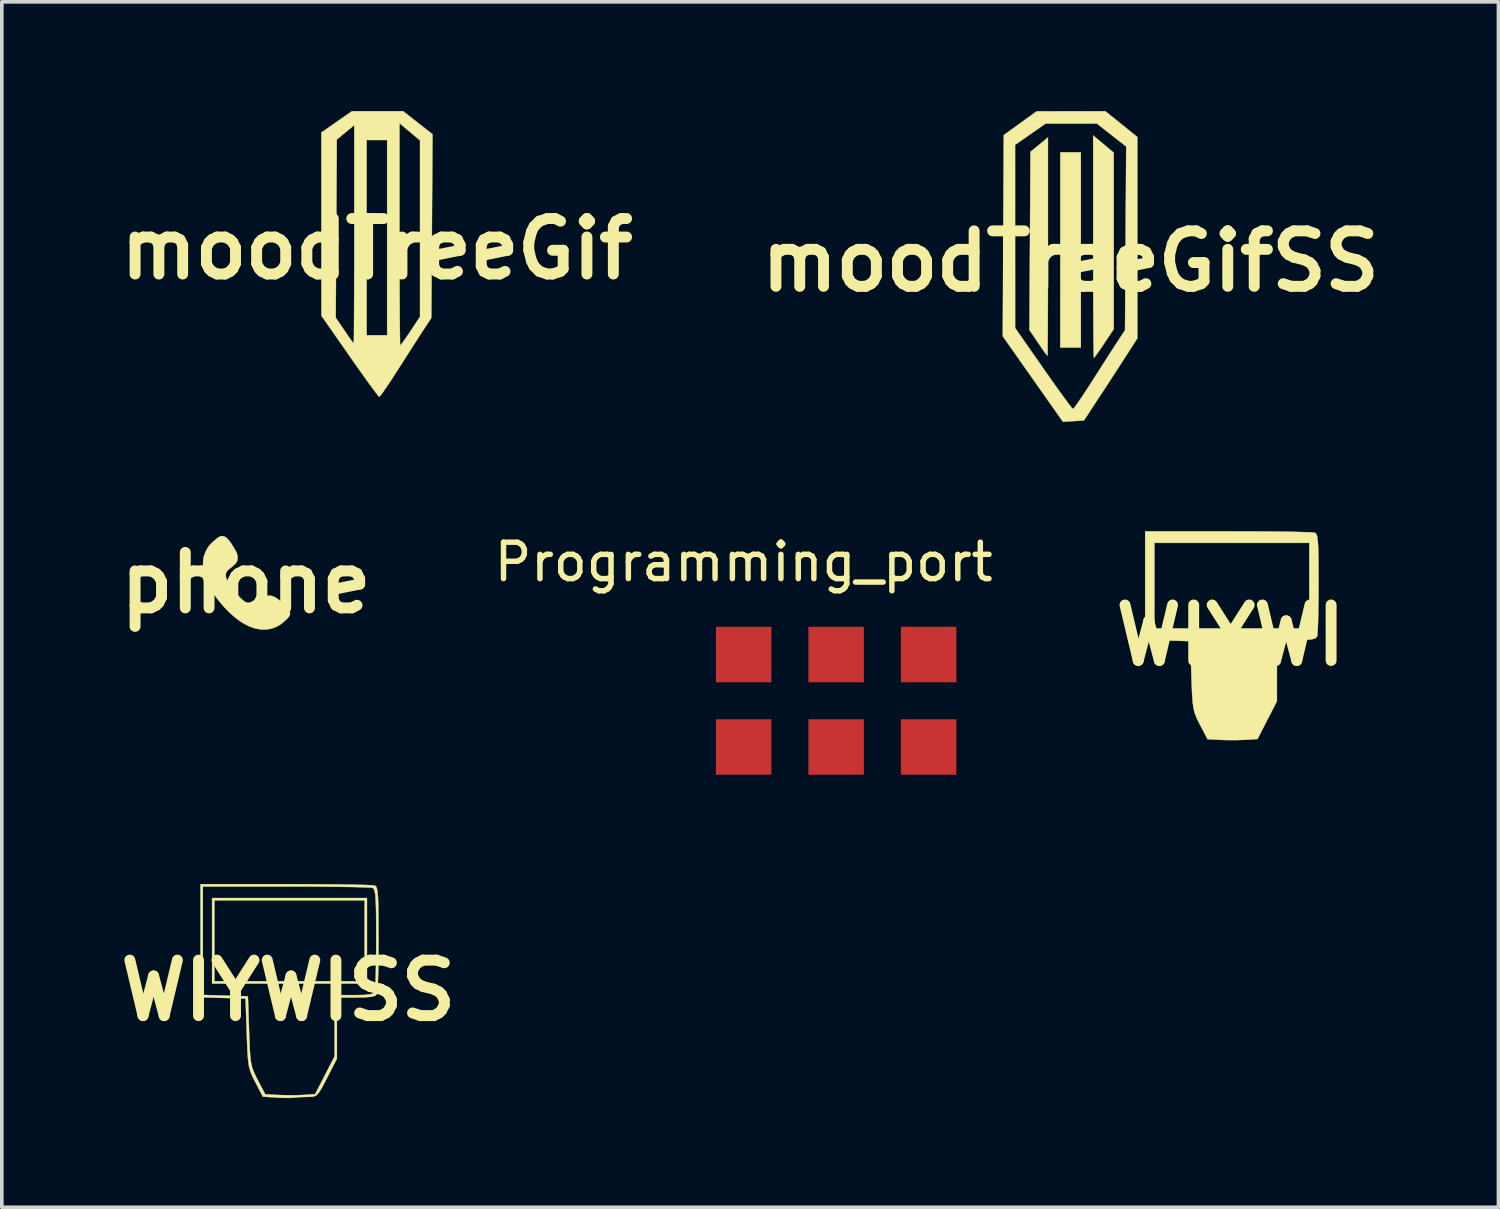
<source format=kicad_pcb>
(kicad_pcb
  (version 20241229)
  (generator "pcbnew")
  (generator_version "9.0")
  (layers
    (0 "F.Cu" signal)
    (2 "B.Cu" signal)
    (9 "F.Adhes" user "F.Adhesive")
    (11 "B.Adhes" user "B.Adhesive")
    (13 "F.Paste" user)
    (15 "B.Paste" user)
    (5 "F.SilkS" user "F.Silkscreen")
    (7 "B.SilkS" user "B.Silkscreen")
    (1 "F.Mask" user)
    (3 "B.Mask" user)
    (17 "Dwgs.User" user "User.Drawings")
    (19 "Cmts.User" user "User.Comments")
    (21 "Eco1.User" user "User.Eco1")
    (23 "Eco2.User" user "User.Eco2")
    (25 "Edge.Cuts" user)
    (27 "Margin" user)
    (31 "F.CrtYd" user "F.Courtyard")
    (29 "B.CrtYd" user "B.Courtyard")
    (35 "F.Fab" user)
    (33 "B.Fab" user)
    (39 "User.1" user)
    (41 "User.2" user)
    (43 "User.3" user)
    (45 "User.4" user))
  (footprint "Programming_port"
    (layer "F.Cu")
    (at 17.375 14.927)
    (property "Reference" "Programming_port" (at 0 -2.54 0) (layer "F.SilkS") (effects (font (size 1 1) (thickness 0.15))))
    (attr through_hole)
    (pad "1" smd trapezoid (at 0 0) (size 1.524 1.524) (layers "F.Cu" "F.Mask" "F.Paste"))
    (pad "2" smd trapezoid (at 0 2.54) (size 1.524 1.524) (layers "F.Cu" "F.Mask" "F.Paste"))
    (pad "3" smd trapezoid (at 2.54 0) (size 1.524 1.524) (layers "F.Cu" "F.Mask" "F.Paste"))
    (pad "4" smd trapezoid (at 2.54 2.54) (size 1.524 1.524) (layers "F.Cu" "F.Mask" "F.Paste"))
    (pad "5" smd trapezoid (at 5.08 0) (size 1.524 1.524) (layers "F.Cu" "F.Mask" "F.Paste"))
    (pad "6" smd trapezoid (at 5.08 2.54) (size 1.524 1.524) (layers "F.Cu" "F.Mask" "F.Paste")))
  (footprint "moodTreeGifSS"
    (layer "F.Cu")
    (at 26.354 4.125)
    (property "Reference" "moodTreeGifSS" (at 0 0 0) (layer "F.SilkS") (effects (font (size 1.524 1.524) (thickness 0.3))))
    (attr through_hole)
    (fp_poly (pts (xy 0.282 2.371) (xy -0.282 2.371) (xy -0.282 -2.992) (xy 0.282 -2.992) (xy 0.282 2.371)) (stroke (width 0.01) (type solid)) (fill yes) (layer "F.SilkS"))
    (fp_poly (pts (xy 1.185 -2.981) (xy 1.185 -0.559) (xy 1.185 1.864) (xy 0.923 2.258) (xy 0.801 2.438) (xy 0.704 2.575) (xy 0.648 2.647) (xy 0.641 2.653) (xy 0.637 2.598) (xy 0.634 2.441) (xy 0.63 2.191) (xy 0.627 1.859) (xy 0.625 1.456) (xy 0.623 0.991) (xy 0.622 0.474) (xy 0.621 -0.083) (xy 0.621 -0.4) (xy 0.621 -3.454) (xy 1.185 -2.981)) (stroke (width 0.01) (type solid)) (fill yes) (layer "F.SilkS"))
    (fp_poly (pts (xy -0.621 -0.402) (xy -0.621 0.168) (xy -0.622 0.702) (xy -0.623 1.191) (xy -0.625 1.623) (xy -0.627 1.989) (xy -0.629 2.278) (xy -0.631 2.48) (xy -0.634 2.584) (xy -0.635 2.596) (xy -0.672 2.553) (xy -0.754 2.439) (xy -0.866 2.277) (xy -0.89 2.242) (xy -1.13 1.888) (xy -1.115 -0.558) (xy -1.101 -3.005) (xy -0.861 -3.203) (xy -0.621 -3.401) (xy -0.621 -0.402)) (stroke (width 0.01) (type solid)) (fill yes) (layer "F.SilkS"))
    (fp_poly (pts (xy 1.395 -3.766) (xy 1.834 -3.412) (xy 1.834 2.117) (xy 1.552 2.556) (xy 1.412 2.773) (xy 1.232 3.051) (xy 1.034 3.355) (xy 0.84 3.652) (xy 0.818 3.684) (xy 0.367 4.374) (xy -0.21 4.408) (xy -1.036 3.234) (xy -1.862 2.06) (xy -1.836 -3.197) (xy -1.524 -3.197) (xy -1.523 1.834) (xy -0.747 2.946) (xy -0.529 3.257) (xy -0.332 3.534) (xy -0.164 3.765) (xy -0.036 3.938) (xy 0.044 4.039) (xy 0.066 4.061) (xy 0.107 4.017) (xy 0.197 3.893) (xy 0.325 3.705) (xy 0.481 3.468) (xy 0.596 3.288) (xy 0.782 2.997) (xy 0.964 2.713) (xy 1.125 2.461) (xy 1.251 2.267) (xy 1.293 2.203) (xy 1.496 1.893) (xy 1.512 -0.629) (xy 1.528 -3.151) (xy 1.125 -3.466) (xy 0.722 -3.782) (xy -0.686 -3.782) (xy -1.105 -3.489) (xy -1.524 -3.197) (xy -1.836 -3.197) (xy -1.834 -3.465) (xy -1.383 -3.791) (xy -0.931 -4.117) (xy 0.013 -4.119) (xy 0.956 -4.12) (xy 1.395 -3.766)) (stroke (width 0.01) (type solid)) (fill yes) (layer "F.SilkS")))
  (footprint "WIYWISS"
    (layer "F.Cu")
    (at 4.87 24.155)
    (property "Reference" "WIYWISS" (at 0 0 0) (layer "F.SilkS") (effects (font (size 1.524 1.524) (thickness 0.3))))
    (attr through_hole)
    (fp_poly (pts (xy 2.159 -0.191) (xy -2.095 -0.191) (xy -2.095 -2.477) (xy -2.032 -2.477) (xy -2.032 -0.254) (xy 2.095 -0.254) (xy 2.095 -2.477) (xy -2.032 -2.477) (xy -2.095 -2.477) (xy -2.095 -2.54) (xy 2.159 -2.54) (xy 2.159 -0.191)) (stroke (width 0.01) (type solid)) (fill yes) (layer "F.SilkS"))
    (fp_poly (pts (xy 0.468 -2.92) (xy 0.967 -2.917) (xy 1.413 -2.913) (xy 1.792 -2.907) (xy 2.088 -2.9) (xy 2.288 -2.891) (xy 2.375 -2.883) (xy 2.376 -2.882) (xy 2.409 -2.856) (xy 2.434 -2.796) (xy 2.452 -2.686) (xy 2.464 -2.51) (xy 2.472 -2.255) (xy 2.475 -1.903) (xy 2.476 -1.441) (xy 2.477 -1.427) (xy 2.475 -1.011) (xy 2.47 -0.634) (xy 2.463 -0.316) (xy 2.454 -0.077) (xy 2.443 0.064) (xy 2.438 0.09) (xy 2.393 0.141) (xy 2.291 0.172) (xy 2.107 0.187) (xy 1.866 0.191) (xy 1.333 0.191) (xy 1.333 1.873) (xy 1.064 2.397) (xy 0.936 2.642) (xy 0.845 2.796) (xy 0.769 2.879) (xy 0.687 2.914) (xy 0.578 2.922) (xy 0.54 2.922) (xy 0.342 2.927) (xy 0.179 2.94) (xy 0.159 2.943) (xy 0.026 2.95) (xy -0.179 2.947) (xy -0.334 2.939) (xy -0.7 2.915) (xy -0.906 2.521) (xy -0.985 2.363) (xy -1.042 2.227) (xy -1.081 2.086) (xy -1.106 1.911) (xy -1.123 1.676) (xy -1.137 1.353) (xy -1.143 1.175) (xy -1.175 0.222) (xy -1.794 0.204) (xy -2.413 0.186) (xy -2.413 -2.857) (xy -2.349 -2.857) (xy -2.349 0.122) (xy -1.73 0.141) (xy -1.111 0.159) (xy -1.079 1.111) (xy -1.066 1.482) (xy -1.051 1.752) (xy -1.03 1.95) (xy -0.998 2.103) (xy -0.949 2.239) (xy -0.881 2.383) (xy -0.842 2.457) (xy -0.636 2.851) (xy -0.271 2.87) (xy 0.006 2.877) (xy 0.295 2.874) (xy 0.416 2.868) (xy 0.736 2.847) (xy 1.003 2.328) (xy 1.27 1.809) (xy 1.27 0.127) (xy 1.803 0.127) (xy 2.076 0.122) (xy 2.247 0.105) (xy 2.339 0.072) (xy 2.374 0.027) (xy 2.386 -0.065) (xy 2.396 -0.263) (xy 2.404 -0.547) (xy 2.41 -0.898) (xy 2.413 -1.294) (xy 2.413 -1.427) (xy 2.412 -1.881) (xy 2.408 -2.224) (xy 2.4 -2.471) (xy 2.387 -2.639) (xy 2.368 -2.743) (xy 2.342 -2.798) (xy 2.313 -2.819) (xy 2.228 -2.828) (xy 2.031 -2.836) (xy 1.737 -2.843) (xy 1.361 -2.849) (xy 0.919 -2.854) (xy 0.424 -2.857) (xy -0.069 -2.857) (xy -2.349 -2.857) (xy -2.413 -2.857) (xy -2.413 -2.921) (xy -0.069 -2.921) (xy 0.468 -2.92)) (stroke (width 0.01) (type solid)) (fill yes) (layer "F.SilkS")))
  (footprint "moodTreeGif"
    (layer "F.Cu")
    (at 7.301 3.787)
    (property "Reference" "moodTreeGif" (at 0 0 0) (layer "F.SilkS") (effects (font (size 1.524 1.524) (thickness 0.3))))
    (attr through_hole)
    (fp_poly (pts (xy 1.125 -3.466) (xy 1.528 -3.151) (xy 1.512 -0.629) (xy 1.496 1.893) (xy 1.293 2.203) (xy 1.19 2.36) (xy 1.044 2.587) (xy 0.87 2.859) (xy 0.684 3.15) (xy 0.596 3.288) (xy 0.429 3.548) (xy 0.281 3.771) (xy 0.164 3.94) (xy 0.088 4.04) (xy 0.066 4.061) (xy 0.024 4.016) (xy -0.072 3.89) (xy -0.214 3.698) (xy -0.392 3.45) (xy -0.597 3.161) (xy -0.747 2.946) (xy -1.485 1.888) (xy -1.13 1.888) (xy -0.89 2.242) (xy -0.774 2.411) (xy -0.684 2.536) (xy -0.638 2.595) (xy -0.635 2.596) (xy -0.633 2.542) (xy -0.63 2.384) (xy -0.628 2.135) (xy -0.626 1.804) (xy -0.624 1.401) (xy -0.622 0.938) (xy -0.621 0.423) (xy -0.621 -0.131) (xy -0.621 -0.402) (xy -0.621 -2.992) (xy -0.282 -2.992) (xy -0.282 2.371) (xy 0.282 2.371) (xy 0.282 -0.4) (xy 0.621 -0.4) (xy 0.621 0.175) (xy 0.622 0.715) (xy 0.624 1.209) (xy 0.626 1.647) (xy 0.629 2.02) (xy 0.632 2.315) (xy 0.635 2.524) (xy 0.639 2.636) (xy 0.641 2.653) (xy 0.679 2.609) (xy 0.763 2.493) (xy 0.878 2.326) (xy 0.923 2.258) (xy 1.185 1.864) (xy 1.185 -0.559) (xy 1.185 -2.981) (xy 0.621 -3.454) (xy 0.621 -0.4) (xy 0.282 -0.4) (xy 0.282 -2.992) (xy -0.282 -2.992) (xy -0.621 -2.992) (xy -0.621 -3.401) (xy -0.861 -3.203) (xy -1.101 -3.005) (xy -1.115 -0.558) (xy -1.13 1.888) (xy -1.485 1.888) (xy -1.523 1.834) (xy -1.524 -3.197) (xy -1.105 -3.489) (xy -0.686 -3.782) (xy 0.722 -3.782) (xy 1.125 -3.466)) (stroke (width 0.01) (type solid)) (fill yes) (layer "F.SilkS")))
  (footprint "WIYWI"
    (layer "F.Cu")
    (at 30.752 14.401)
    (property "Reference" "WIYWI" (at 0 0 0) (layer "F.SilkS") (effects (font (size 1.524 1.524) (thickness 0.3))))
    (attr through_hole)
    (fp_poly (pts (xy 0.46 -2.856) (xy 0.952 -2.853) (xy 1.39 -2.849) (xy 1.761 -2.843) (xy 2.048 -2.835) (xy 2.237 -2.827) (xy 2.313 -2.819) (xy 2.346 -2.792) (xy 2.372 -2.73) (xy 2.39 -2.618) (xy 2.402 -2.439) (xy 2.409 -2.178) (xy 2.412 -1.82) (xy 2.413 -1.427) (xy 2.411 -1.02) (xy 2.406 -0.653) (xy 2.399 -0.345) (xy 2.389 -0.117) (xy 2.378 0.01) (xy 2.374 0.027) (xy 2.33 0.078) (xy 2.228 0.109) (xy 2.044 0.124) (xy 1.803 0.127) (xy 1.27 0.127) (xy 1.27 1.809) (xy 1.003 2.328) (xy 0.736 2.847) (xy 0.416 2.868) (xy 0.157 2.877) (xy -0.137 2.875) (xy -0.271 2.87) (xy -0.636 2.851) (xy -0.842 2.457) (xy -0.922 2.3) (xy -0.979 2.164) (xy -1.017 2.022) (xy -1.043 1.847) (xy -1.06 1.612) (xy -1.073 1.29) (xy -1.079 1.111) (xy -1.111 0.159) (xy -1.73 0.141) (xy -2.349 0.122) (xy -2.349 -2.54) (xy -2.095 -2.54) (xy -2.095 -0.191) (xy 2.159 -0.191) (xy 2.159 -2.54) (xy -2.095 -2.54) (xy -2.349 -2.54) (xy -2.349 -2.857) (xy -0.069 -2.857) (xy 0.46 -2.856)) (stroke (width 0.01) (type solid)) (fill yes) (layer "F.SilkS")))
  (footprint "phone"
    (layer "F.Cu")
    (at 3.708 12.957)
    (property "Reference" "phone" (at 0 0 0) (layer "F.SilkS") (effects (font (size 1.524 1.524) (thickness 0.3))))
    (attr through_hole)
    (fp_poly (pts (xy -0.638 -1.282) (xy -0.622 -1.28) (xy -0.607 -1.275) (xy -0.587 -1.266) (xy -0.583 -1.264) (xy -0.558 -1.249) (xy -0.534 -1.231) (xy -0.509 -1.208) (xy -0.483 -1.18) (xy -0.455 -1.145) (xy -0.424 -1.103) (xy -0.391 -1.053) (xy -0.355 -0.997) (xy -0.326 -0.95) (xy -0.302 -0.909) (xy -0.283 -0.873) (xy -0.267 -0.841) (xy -0.255 -0.811) (xy -0.246 -0.782) (xy -0.238 -0.752) (xy -0.236 -0.74) (xy -0.23 -0.689) (xy -0.234 -0.641) (xy -0.247 -0.596) (xy -0.271 -0.553) (xy -0.276 -0.545) (xy -0.291 -0.527) (xy -0.313 -0.505) (xy -0.34 -0.479) (xy -0.371 -0.452) (xy -0.404 -0.424) (xy -0.438 -0.397) (xy -0.458 -0.383) (xy -0.493 -0.353) (xy -0.52 -0.325) (xy -0.539 -0.296) (xy -0.551 -0.264) (xy -0.554 -0.255) (xy -0.558 -0.212) (xy -0.553 -0.164) (xy -0.539 -0.112) (xy -0.516 -0.055) (xy -0.484 0.006) (xy -0.444 0.072) (xy -0.394 0.142) (xy -0.336 0.216) (xy -0.315 0.241) (xy -0.246 0.321) (xy -0.179 0.391) (xy -0.116 0.452) (xy -0.056 0.503) (xy 0.001 0.544) (xy 0.054 0.576) (xy 0.105 0.598) (xy 0.153 0.611) (xy 0.191 0.615) (xy 0.219 0.613) (xy 0.243 0.608) (xy 0.266 0.599) (xy 0.29 0.584) (xy 0.317 0.562) (xy 0.347 0.534) (xy 0.35 0.531) (xy 0.398 0.486) (xy 0.44 0.448) (xy 0.478 0.417) (xy 0.51 0.393) (xy 0.536 0.378) (xy 0.58 0.361) (xy 0.626 0.354) (xy 0.673 0.355) (xy 0.722 0.366) (xy 0.773 0.386) (xy 0.827 0.416) (xy 0.865 0.441) (xy 0.889 0.459) (xy 0.918 0.483) (xy 0.951 0.51) (xy 0.986 0.539) (xy 1.02 0.569) (xy 1.052 0.597) (xy 1.08 0.623) (xy 1.098 0.641) (xy 1.14 0.687) (xy 1.171 0.73) (xy 1.193 0.772) (xy 1.205 0.812) (xy 1.208 0.85) (xy 1.201 0.887) (xy 1.193 0.907) (xy 1.184 0.922) (xy 1.167 0.943) (xy 1.145 0.967) (xy 1.119 0.994) (xy 1.089 1.023) (xy 1.057 1.052) (xy 1.025 1.08) (xy 0.993 1.107) (xy 0.963 1.131) (xy 0.936 1.15) (xy 0.859 1.195) (xy 0.779 1.231) (xy 0.694 1.258) (xy 0.607 1.276) (xy 0.517 1.284) (xy 0.426 1.282) (xy 0.397 1.279) (xy 0.301 1.264) (xy 0.205 1.239) (xy 0.108 1.204) (xy 0.011 1.159) (xy -0.087 1.104) (xy -0.186 1.04) (xy -0.285 0.965) (xy -0.385 0.88) (xy -0.485 0.786) (xy -0.585 0.683) (xy -0.685 0.569) (xy -0.702 0.549) (xy -0.791 0.439) (xy -0.869 0.332) (xy -0.939 0.227) (xy -1 0.125) (xy -1.052 0.023) (xy -1.095 -0.077) (xy -1.131 -0.176) (xy -1.158 -0.276) (xy -1.172 -0.343) (xy -1.175 -0.364) (xy -1.178 -0.387) (xy -1.179 -0.413) (xy -1.18 -0.445) (xy -1.181 -0.484) (xy -1.181 -0.508) (xy -1.18 -0.558) (xy -1.179 -0.6) (xy -1.175 -0.637) (xy -1.17 -0.67) (xy -1.163 -0.704) (xy -1.154 -0.739) (xy -1.141 -0.779) (xy -1.14 -0.781) (xy -1.112 -0.852) (xy -1.077 -0.921) (xy -1.035 -0.987) (xy -0.988 -1.047) (xy -0.937 -1.1) (xy -0.916 -1.119) (xy -0.897 -1.135) (xy -0.873 -1.155) (xy -0.848 -1.177) (xy -0.824 -1.198) (xy -0.824 -1.198) (xy -0.787 -1.228) (xy -0.755 -1.251) (xy -0.726 -1.267) (xy -0.699 -1.277) (xy -0.672 -1.282) (xy -0.659 -1.282) (xy -0.638 -1.282)) (stroke (width 0.01) (type solid)) (fill yes) (layer "F.SilkS")))
  (gr_rect
    (start -3 -3)
    (end 38.106 30.11)
    (stroke (width 0.1) (type default))
    (fill no)
    (layer "Edge.Cuts")))
</source>
